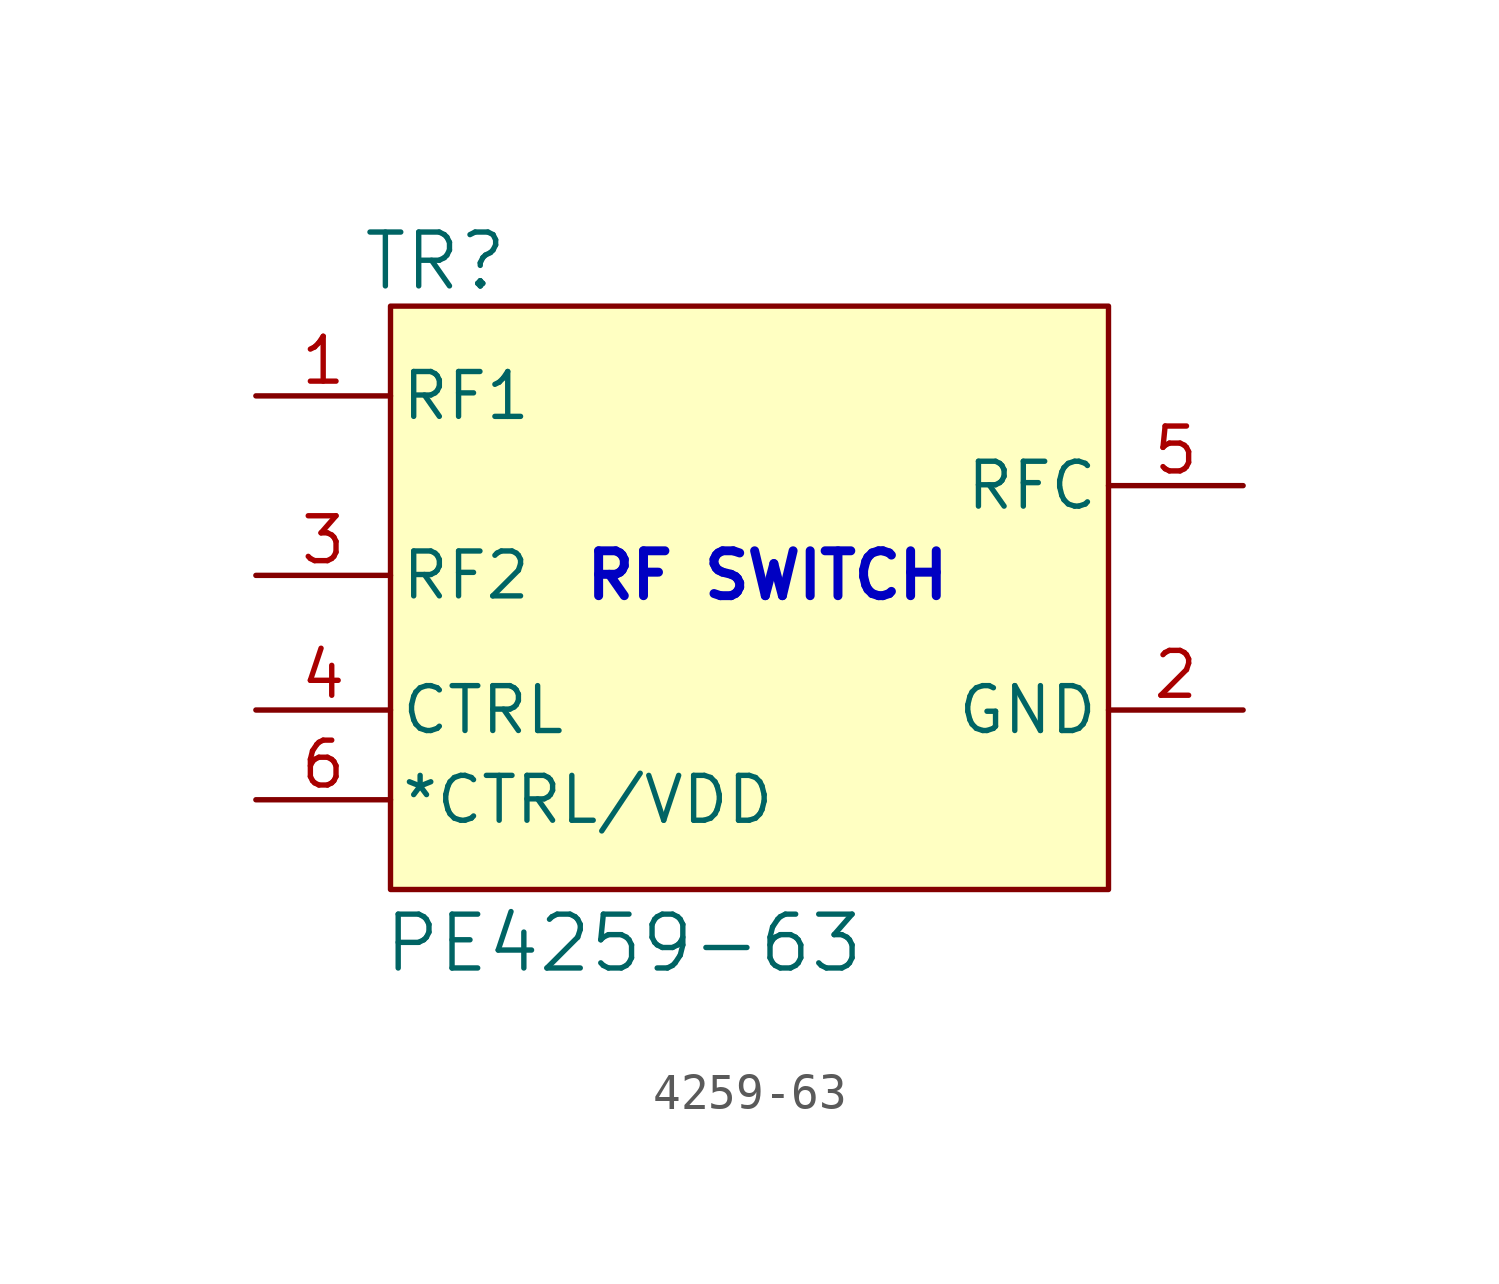
<source format=kicad_sym>
(kicad_symbol_lib
  (version 20241209)
  (generator "kicad_symbol_editor")
  (generator_version "9.0")
  (symbol "4259-63"
    (pin_names
      (offset 0.254))
    (property "Reference" "TR"
      (at 5.08 3.81 0)
      (do_not_autoplace)
      (effects (font (size 1.524 1.524))))
    (property "Value" "PE4259-63"
      (at 10.414 -15.494 0)
      (effects (font (size 1.524 1.524))))
    (symbol "4259-63_1_1"
      (rectangle (start 3.81 2.54) (end 24.13 -13.97) (stroke (width 0) (type solid)) (fill (type background)))
      (text "RF SWITCH" (at 14.478 -5.08 0) (effects (font (size 1.27 1.27) (thickness 0.254) (bold yes) (color 0 0 194 1))))
      (pin bidirectional line (at 0 0 0) (length 3.81) (name "RF1" (effects (font (size 1.27 1.27)))) (number "1" (effects (font (size 1.27 1.27)))))
      (pin bidirectional line (at 0 -5.08 0) (length 3.81) (name "RF2" (effects (font (size 1.27 1.27)))) (number "3" (effects (font (size 1.27 1.27)))))
      (pin unspecified line (at 0 -8.89 0) (length 3.81) (name "CTRL" (effects (font (size 1.27 1.27)))) (number "4" (effects (font (size 1.27 1.27)))))
      (pin unspecified line (at 0 -11.43 0) (length 3.81) (name "*CTRL/VDD" (effects (font (size 1.27 1.27)))) (number "6" (effects (font (size 1.27 1.27)))))
      (pin bidirectional line (at 27.94 -2.54 180) (length 3.81) (name "RFC" (effects (font (size 1.27 1.27)))) (number "5" (effects (font (size 1.27 1.27)))))
      (pin power_out line (at 27.94 -8.89 180) (length 3.81) (name "GND" (effects (font (size 1.27 1.27)))) (number "2" (effects (font (size 1.27 1.27))))))))
</source>
